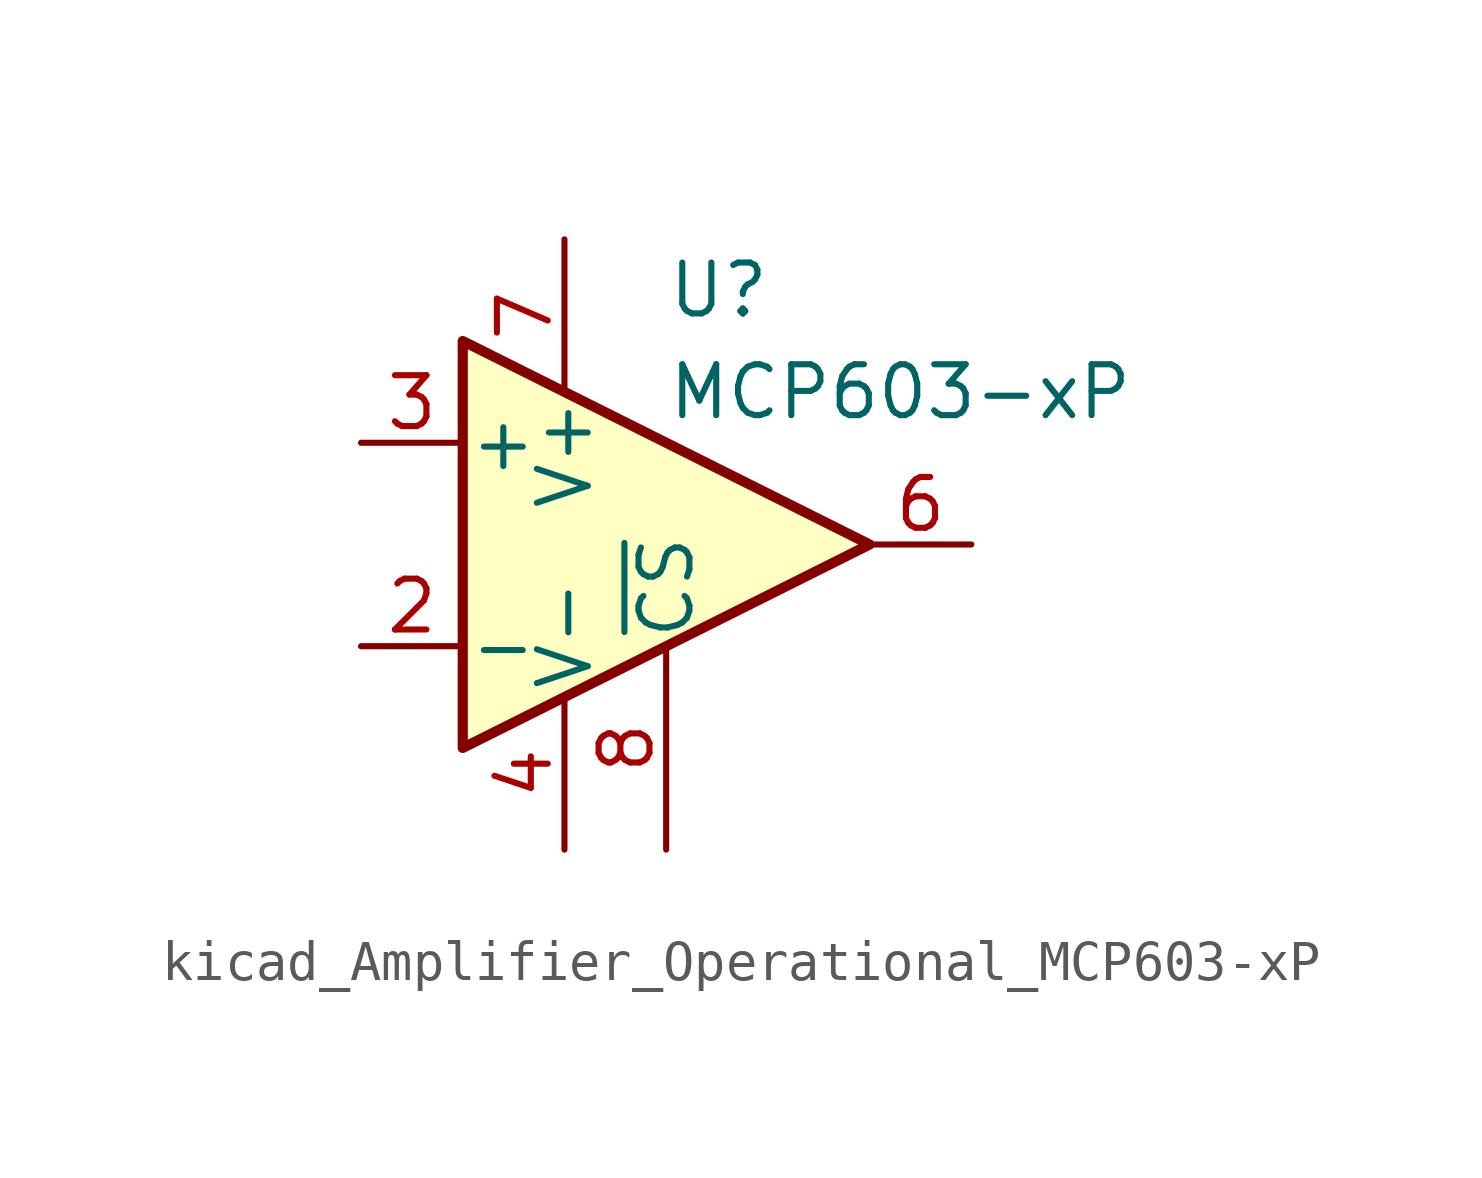
<source format=kicad_sym>
(kicad_symbol_lib
  (version 20220914)
  (generator kicad_symbol_editor)
  (symbol "kicad_Amplifier_Operational_MCP603-xP"
    (pin_names
      (offset 0.127))
    (property "Reference" "U"
      (at 0 6.35 0)
      (effects (font (size 1.27 1.27)) (justify left)))
    (property "Value" "MCP603-xP"
      (at 0 3.81 0)
      (effects (font (size 1.27 1.27)) (justify left)))
    (symbol "kicad_Amplifier_Operational_MCP603-xP_0_1"
      (polyline (pts (xy -5.08 5.08) (xy 5.08 0) (xy -5.08 -5.08) (xy -5.08 5.08)) (stroke (width 0.254) (type default)) (fill (type background))))
    (symbol "kicad_Amplifier_Operational_MCP603-xP_1_1"
      (pin no_connect line (at 0 -2.54 90) (length 2.54) hide (name "NC" (effects (font (size 1.27 1.27)))) (number "1" (effects (font (size 1.27 1.27)))))
      (pin input line (at -7.62 -2.54 0) (length 2.54) (name "-" (effects (font (size 1.27 1.27)))) (number "2" (effects (font (size 1.27 1.27)))))
      (pin input line (at -7.62 2.54 0) (length 2.54) (name "+" (effects (font (size 1.27 1.27)))) (number "3" (effects (font (size 1.27 1.27)))))
      (pin power_in line (at -2.54 -7.62 90) (length 3.81) (name "V-" (effects (font (size 1.27 1.27)))) (number "4" (effects (font (size 1.27 1.27)))))
      (pin no_connect line (at -2.54 -2.54 90) (length 2.54) hide (name "NC" (effects (font (size 1.27 1.27)))) (number "5" (effects (font (size 1.27 1.27)))))
      (pin output line (at 7.62 0 180) (length 2.54) (name "~" (effects (font (size 1.27 1.27)))) (number "6" (effects (font (size 1.27 1.27)))))
      (pin power_in line (at -2.54 7.62 270) (length 3.81) (name "V+" (effects (font (size 1.27 1.27)))) (number "7" (effects (font (size 1.27 1.27)))))
      (pin input line (at 0 -7.62 90) (length 5.08) (name "~{CS}" (effects (font (size 1.27 1.27)))) (number "8" (effects (font (size 1.27 1.27))))))))
</source>
